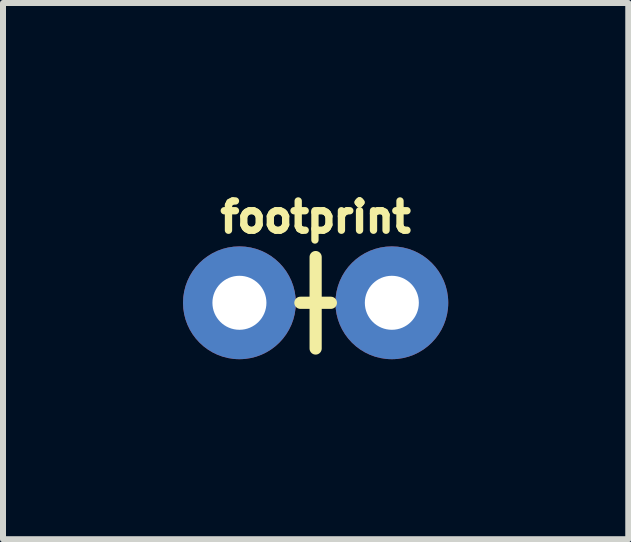
<source format=kicad_pcb>
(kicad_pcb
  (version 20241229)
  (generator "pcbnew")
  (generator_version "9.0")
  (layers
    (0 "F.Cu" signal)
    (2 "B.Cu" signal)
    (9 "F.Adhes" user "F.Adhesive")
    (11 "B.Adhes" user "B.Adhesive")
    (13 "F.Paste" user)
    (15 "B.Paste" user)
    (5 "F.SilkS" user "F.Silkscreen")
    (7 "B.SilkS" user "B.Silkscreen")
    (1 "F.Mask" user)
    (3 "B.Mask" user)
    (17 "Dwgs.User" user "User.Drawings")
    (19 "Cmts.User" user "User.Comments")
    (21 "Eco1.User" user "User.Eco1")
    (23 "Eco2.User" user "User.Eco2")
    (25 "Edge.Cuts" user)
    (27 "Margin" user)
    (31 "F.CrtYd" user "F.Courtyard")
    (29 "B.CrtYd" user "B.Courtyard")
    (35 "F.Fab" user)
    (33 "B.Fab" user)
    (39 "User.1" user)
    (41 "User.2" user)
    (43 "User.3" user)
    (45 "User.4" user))
  (footprint "footprint"
    (layer "F.Cu")
    (at 2.21 1.996)
    (property "Reference" "footprint" (at 0 -1.143 0) (layer "F.SilkS") (effects (font (size 0.488 0.488) (thickness 0.122)) (justify bottom)))
    (fp_line (start 0 0) (end -0.254 0) (stroke (width 0.203) (type solid)) (layer "F.SilkS"))
    (fp_line (start 0 0) (end 0 -0.762) (stroke (width 0.203) (type solid)) (layer "F.SilkS"))
    (fp_line (start 0 0.762) (end 0 0) (stroke (width 0.203) (type solid)) (layer "F.SilkS"))
    (fp_line (start 0.254 0) (end 0 0) (stroke (width 0.203) (type solid)) (layer "F.SilkS"))
    (pad "P$1" thru_hole circle (at -1.27 0) (size 1.88 1.88) (drill 0.9) (layers "*.Cu" "*.Mask"))
    (pad "P$2" thru_hole circle (at 1.27 0) (size 1.88 1.88) (drill 0.9) (layers "*.Cu" "*.Mask")))
  (gr_rect
    (start -3 -3)
    (end 7.42 5.936)
    (stroke (width 0.1) (type default))
    (fill no)
    (layer "Edge.Cuts")))
</source>
